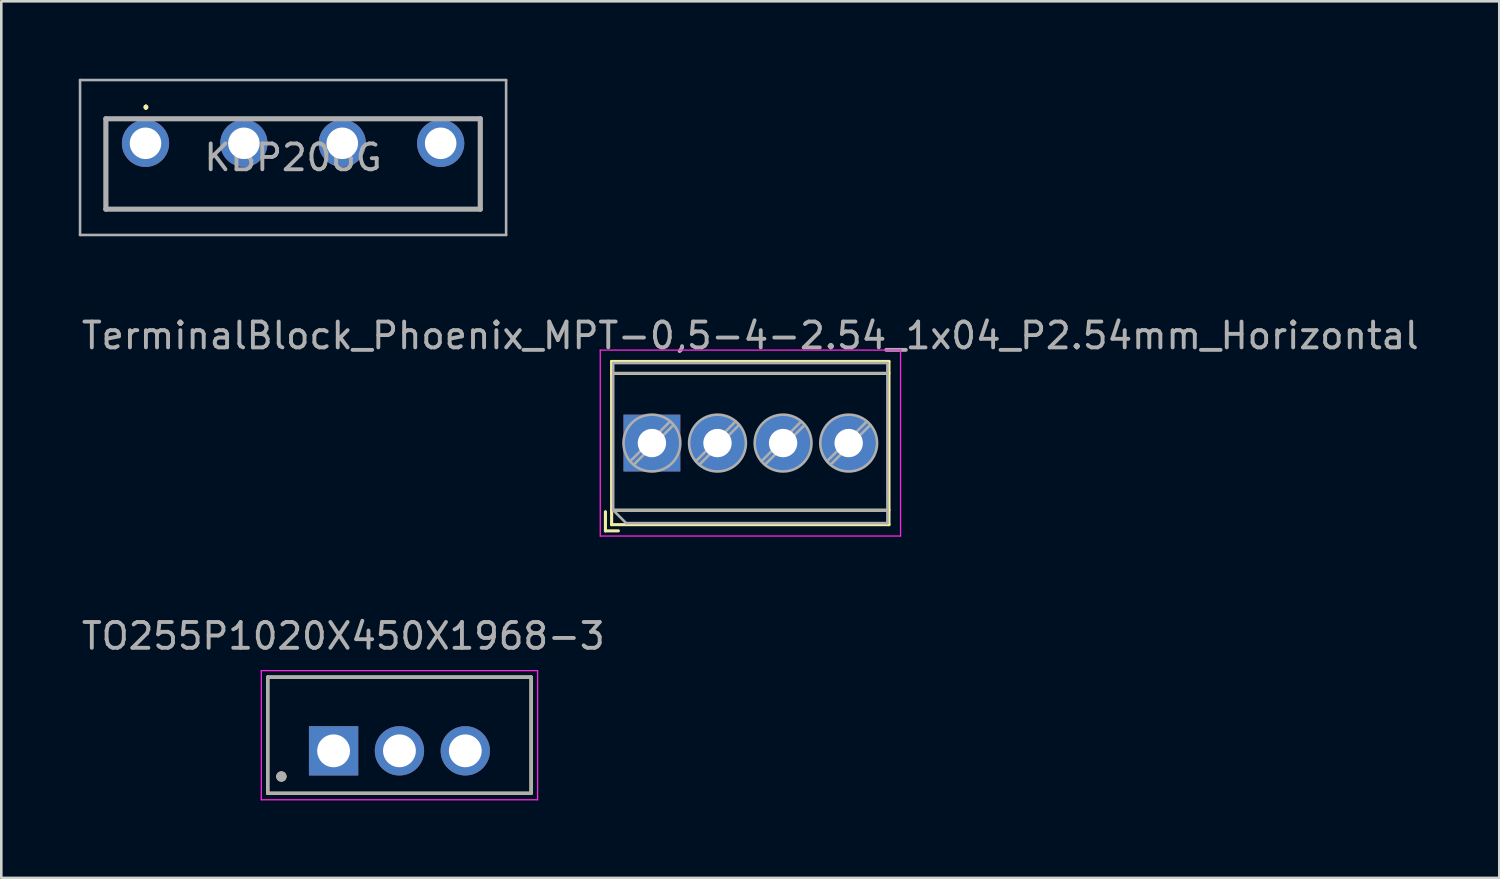
<source format=kicad_pcb>
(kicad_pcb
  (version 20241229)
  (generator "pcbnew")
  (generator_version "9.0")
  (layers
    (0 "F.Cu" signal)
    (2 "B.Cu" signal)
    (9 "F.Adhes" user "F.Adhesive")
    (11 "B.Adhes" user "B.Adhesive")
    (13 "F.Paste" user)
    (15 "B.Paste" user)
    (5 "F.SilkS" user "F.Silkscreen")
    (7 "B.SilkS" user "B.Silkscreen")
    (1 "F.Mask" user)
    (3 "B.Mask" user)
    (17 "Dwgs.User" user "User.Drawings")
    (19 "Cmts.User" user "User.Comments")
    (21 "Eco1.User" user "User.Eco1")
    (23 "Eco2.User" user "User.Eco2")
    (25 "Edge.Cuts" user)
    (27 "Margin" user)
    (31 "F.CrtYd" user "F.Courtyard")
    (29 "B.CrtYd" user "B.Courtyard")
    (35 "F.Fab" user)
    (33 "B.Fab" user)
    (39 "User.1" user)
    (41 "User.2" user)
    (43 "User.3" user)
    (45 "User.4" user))
  (footprint "TO255P1020X450X1968-3"
    (layer "F.Cu")
    (at 12.419 25.422)
    (property "Reference" "TO255P1020X450X1968-3" (at -2.175 -3.84 0) (layer "F.Fab") (effects (font (size 1 1) (thickness 0.15))))
    (attr through_hole)
    (fp_line (start -5.1 -2.25) (end 5.1 -2.25) (stroke (width 0.127) (type solid)) (layer "F.SilkS"))
    (fp_line (start -5.1 2.25) (end -5.1 -2.25) (stroke (width 0.127) (type solid)) (layer "F.SilkS"))
    (fp_line (start 5.1 -2.25) (end 5.1 2.25) (stroke (width 0.127) (type solid)) (layer "F.SilkS"))
    (fp_line (start 5.1 2.25) (end -5.1 2.25) (stroke (width 0.127) (type solid)) (layer "F.SilkS"))
    (fp_circle (center -4.572 1.6) (end -4.472 1.6) (stroke (width 0.2) (type solid)) (fill no) (layer "F.SilkS"))
    (fp_line (start -5.35 -2.5) (end 5.35 -2.5) (stroke (width 0.05) (type solid)) (layer "F.CrtYd"))
    (fp_line (start -5.35 2.5) (end -5.35 -2.5) (stroke (width 0.05) (type solid)) (layer "F.CrtYd"))
    (fp_line (start 5.35 -2.5) (end 5.35 2.5) (stroke (width 0.05) (type solid)) (layer "F.CrtYd"))
    (fp_line (start 5.35 2.5) (end -5.35 2.5) (stroke (width 0.05) (type solid)) (layer "F.CrtYd"))
    (fp_line (start -5.1 -2.25) (end 5.1 -2.25) (stroke (width 0.127) (type solid)) (layer "F.Fab"))
    (fp_line (start -5.1 2.25) (end -5.1 -2.25) (stroke (width 0.127) (type solid)) (layer "F.Fab"))
    (fp_line (start 5.1 -2.25) (end 5.1 2.25) (stroke (width 0.127) (type solid)) (layer "F.Fab"))
    (fp_line (start 5.1 2.25) (end -5.1 2.25) (stroke (width 0.127) (type solid)) (layer "F.Fab"))
    (fp_circle (center -4.572 1.6) (end -4.472 1.6) (stroke (width 0.2) (type solid)) (fill no) (layer "F.Fab"))
    (pad "1" thru_hole rect (at -2.55 0.605) (size 1.91 1.91) (drill 1.27) (layers "*.Cu" "*.Mask"))
    (pad "2" thru_hole circle (at 0 0.605) (size 1.91 1.91) (drill 1.27) (layers "*.Cu" "*.Mask"))
    (pad "3" thru_hole circle (at 2.55 0.605) (size 1.91 1.91) (drill 1.27) (layers "*.Cu" "*.Mask")))
  (footprint "KBP206G"
    (layer "F.Cu")
    (at 8.3 3.05)
    (property "Reference" "KBP206G" (at 0 0 180) (layer "F.Fab") (effects (font (size 1 1) (thickness 0.15))))
    (attr through_hole)
    (fp_line (start -7.25 -1.5) (end -7.25 2) (stroke (width 0.1) (type solid)) (layer "F.SilkS"))
    (fp_line (start -7.25 2) (end 7.25 2) (stroke (width 0.1) (type solid)) (layer "F.SilkS"))
    (fp_line (start -5.7 -2) (end -5.7 -2) (stroke (width 0.1) (type solid)) (layer "F.SilkS"))
    (fp_line (start -5.7 -1.9) (end -5.7 -1.9) (stroke (width 0.1) (type solid)) (layer "F.SilkS"))
    (fp_line (start 7.25 2) (end 7.25 -1.5) (stroke (width 0.1) (type solid)) (layer "F.SilkS"))
    (fp_arc (start -5.7 -2) (mid -5.65 -1.95) (end -5.7 -1.9) (stroke (width 0.1) (type solid)) (layer "F.SilkS"))
    (fp_arc (start -5.7 -1.9) (mid -5.75 -1.95) (end -5.7 -2) (stroke (width 0.1) (type solid)) (layer "F.SilkS"))
    (fp_line (start -8.25 -3) (end 8.25 -3) (stroke (width 0.1) (type solid)) (layer "F.Fab"))
    (fp_line (start -8.25 3) (end -8.25 -3) (stroke (width 0.1) (type solid)) (layer "F.Fab"))
    (fp_line (start -7.25 -1.5) (end 7.25 -1.5) (stroke (width 0.2) (type solid)) (layer "F.Fab"))
    (fp_line (start -7.25 2) (end -7.25 -1.5) (stroke (width 0.2) (type solid)) (layer "F.Fab"))
    (fp_line (start 7.25 -1.5) (end 7.25 2) (stroke (width 0.2) (type solid)) (layer "F.Fab"))
    (fp_line (start 7.25 2) (end -7.25 2) (stroke (width 0.2) (type solid)) (layer "F.Fab"))
    (fp_line (start 8.25 -3) (end 8.25 3) (stroke (width 0.1) (type solid)) (layer "F.Fab"))
    (fp_line (start 8.25 3) (end -8.25 3) (stroke (width 0.1) (type solid)) (layer "F.Fab"))
    (pad "1" thru_hole circle (at -5.715 -0.55) (size 1.83 1.83) (drill 1.22) (layers "*.Cu" "*.Mask"))
    (pad "2" thru_hole circle (at -1.905 -0.55) (size 1.83 1.83) (drill 1.22) (layers "*.Cu" "*.Mask"))
    (pad "3" thru_hole circle (at 1.905 -0.55) (size 1.83 1.83) (drill 1.22) (layers "*.Cu" "*.Mask"))
    (pad "4" thru_hole circle (at 5.715 -0.55) (size 1.83 1.83) (drill 1.22) (layers "*.Cu" "*.Mask")))
  (footprint "TerminalBlock_Phoenix_MPT-0,5-4-2.54_1x04_P2.54mm_Horizontal"
    (layer "F.Cu")
    (at 22.196 14.108)
    (property "Reference" "TerminalBlock_Phoenix_MPT-0,5-4-2.54_1x04_P2.54mm_Horizontal" (at 3.81 -4.16 0) (layer "F.Fab") (effects (font (size 1 1) (thickness 0.15))))
    (attr through_hole)
    (fp_line (start -1.8 2.66) (end -1.8 3.4) (stroke (width 0.12) (type solid)) (layer "F.SilkS"))
    (fp_line (start -1.8 3.4) (end -1.3 3.4) (stroke (width 0.12) (type solid)) (layer "F.SilkS"))
    (fp_line (start -1.56 -3.16) (end -1.56 3.16) (stroke (width 0.12) (type solid)) (layer "F.SilkS"))
    (fp_line (start -1.56 -3.16) (end 9.18 -3.16) (stroke (width 0.12) (type solid)) (layer "F.SilkS"))
    (fp_line (start -1.56 -2.7) (end 9.18 -2.7) (stroke (width 0.12) (type solid)) (layer "F.SilkS"))
    (fp_line (start -1.56 2.6) (end 9.18 2.6) (stroke (width 0.12) (type solid)) (layer "F.SilkS"))
    (fp_line (start -1.56 3.16) (end 9.18 3.16) (stroke (width 0.12) (type solid)) (layer "F.SilkS"))
    (fp_line (start 9.18 -3.16) (end 9.18 3.16) (stroke (width 0.12) (type solid)) (layer "F.SilkS"))
    (fp_line (start -2 -3.6) (end -2 3.6) (stroke (width 0.05) (type solid)) (layer "F.CrtYd"))
    (fp_line (start -2 3.6) (end 9.63 3.6) (stroke (width 0.05) (type solid)) (layer "F.CrtYd"))
    (fp_line (start 9.63 -3.6) (end -2 -3.6) (stroke (width 0.05) (type solid)) (layer "F.CrtYd"))
    (fp_line (start 9.63 3.6) (end 9.63 -3.6) (stroke (width 0.05) (type solid)) (layer "F.CrtYd"))
    (fp_line (start -1.5 -3.1) (end 9.12 -3.1) (stroke (width 0.1) (type solid)) (layer "F.Fab"))
    (fp_line (start -1.5 -2.7) (end 9.12 -2.7) (stroke (width 0.1) (type solid)) (layer "F.Fab"))
    (fp_line (start -1.5 2.6) (end -1.5 -3.1) (stroke (width 0.1) (type solid)) (layer "F.Fab"))
    (fp_line (start -1.5 2.6) (end 9.12 2.6) (stroke (width 0.1) (type solid)) (layer "F.Fab"))
    (fp_line (start -1 3.1) (end -1.5 2.6) (stroke (width 0.1) (type solid)) (layer "F.Fab"))
    (fp_line (start 0.701 -0.835) (end -0.835 0.7) (stroke (width 0.1) (type solid)) (layer "F.Fab"))
    (fp_line (start 0.835 -0.7) (end -0.701 0.835) (stroke (width 0.1) (type solid)) (layer "F.Fab"))
    (fp_line (start 3.241 -0.835) (end 1.706 0.7) (stroke (width 0.1) (type solid)) (layer "F.Fab"))
    (fp_line (start 3.375 -0.7) (end 1.84 0.835) (stroke (width 0.1) (type solid)) (layer "F.Fab"))
    (fp_line (start 5.781 -0.835) (end 4.246 0.7) (stroke (width 0.1) (type solid)) (layer "F.Fab"))
    (fp_line (start 5.915 -0.7) (end 4.38 0.835) (stroke (width 0.1) (type solid)) (layer "F.Fab"))
    (fp_line (start 8.321 -0.835) (end 6.786 0.7) (stroke (width 0.1) (type solid)) (layer "F.Fab"))
    (fp_line (start 8.455 -0.7) (end 6.92 0.835) (stroke (width 0.1) (type solid)) (layer "F.Fab"))
    (fp_line (start 9.12 -3.1) (end 9.12 3.1) (stroke (width 0.1) (type solid)) (layer "F.Fab"))
    (fp_line (start 9.12 3.1) (end -1 3.1) (stroke (width 0.1) (type solid)) (layer "F.Fab"))
    (fp_circle (center 0 0) (end 1.1 0) (stroke (width 0.1) (type solid)) (fill no) (layer "F.Fab"))
    (fp_circle (center 2.54 0) (end 3.64 0) (stroke (width 0.1) (type solid)) (fill no) (layer "F.Fab"))
    (fp_circle (center 5.08 0) (end 6.18 0) (stroke (width 0.1) (type solid)) (fill no) (layer "F.Fab"))
    (fp_circle (center 7.62 0) (end 8.72 0) (stroke (width 0.1) (type solid)) (fill no) (layer "F.Fab"))
    (pad "1" thru_hole rect (at 0 0) (size 2.2 2.2) (drill 1.1) (layers "*.Cu" "*.Mask"))
    (pad "2" thru_hole circle (at 2.54 0) (size 2.2 2.2) (drill 1.1) (layers "*.Cu" "*.Mask"))
    (pad "3" thru_hole circle (at 5.08 0) (size 2.2 2.2) (drill 1.1) (layers "*.Cu" "*.Mask"))
    (pad "4" thru_hole circle (at 7.62 0) (size 2.2 2.2) (drill 1.1) (layers "*.Cu" "*.Mask")))
  (gr_rect
    (start -3 -3)
    (end 55.012 30.947)
    (stroke (width 0.1) (type default))
    (fill no)
    (layer "Edge.Cuts")))
</source>
